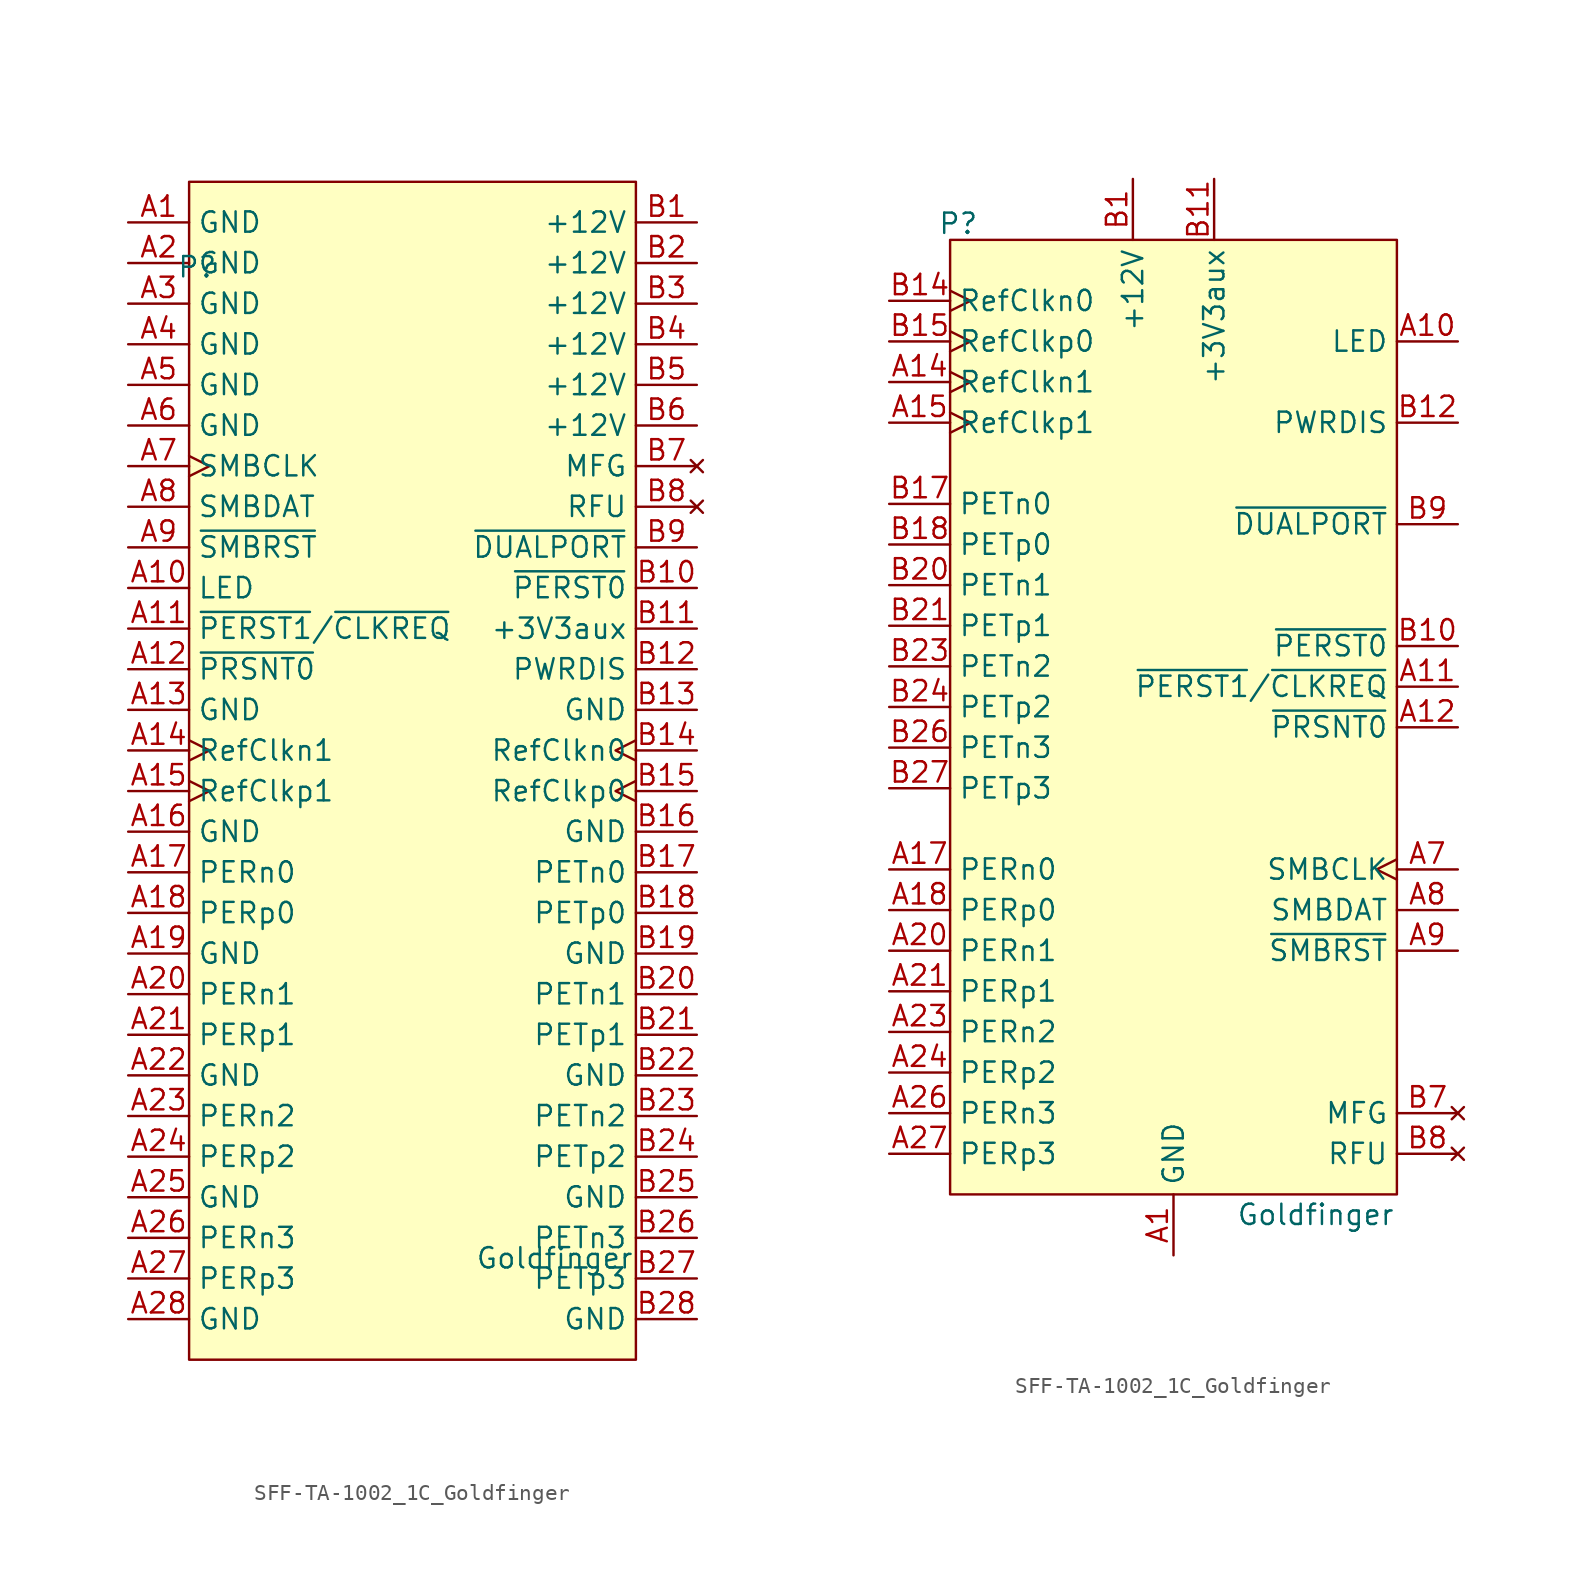
<source format=kicad_sym>
(kicad_symbol_lib
  (version 20231120)
  (generator "kicad_symbol_editor")
  (generator_version "8.0")
  (symbol "SFF-TA-1002_1C_Goldfinger"
    (property "Reference" "P"
      (at -13.462 31.496 0)
      (effects (font (size 1.27 1.27))))
    (property "Value" "Goldfinger"
      (at 8.89 -30.48 0)
      (effects (font (size 1.27 1.27))))
    (symbol "SFF-TA-1002_1C_Goldfinger_1_1"
      (rectangle (start -13.97 36.83) (end 13.97 -36.83) (stroke (width 0) (type default)) (fill (type background)))
      (pin passive line (at -17.78 34.29 0) (length 3.81) (name "GND" (effects (font (size 1.27 1.27)))) (number "A1" (effects (font (size 1.27 1.27)))))
      (pin output line (at -17.78 11.43 0) (length 3.81) (name "LED" (effects (font (size 1.27 1.27)))) (number "A10" (effects (font (size 1.27 1.27)))))
      (pin passive line (at -17.78 8.89 0) (length 3.81) (name "~{PERST1}/~{CLKREQ}" (effects (font (size 1.27 1.27)))) (number "A11" (effects (font (size 1.27 1.27)))) (alternate "~{CLKREQ}" passive line) (alternate "~{PERST1}" passive line))
      (pin passive line (at -17.78 6.35 0) (length 3.81) (name "~{PRSNT0}" (effects (font (size 1.27 1.27)))) (number "A12" (effects (font (size 1.27 1.27)))))
      (pin passive line (at -17.78 3.81 0) (length 3.81) (name "GND" (effects (font (size 1.27 1.27)))) (number "A13" (effects (font (size 1.27 1.27)))))
      (pin output clock (at -17.78 1.27 0) (length 3.81) (name "RefClkn1" (effects (font (size 1.27 1.27)))) (number "A14" (effects (font (size 1.27 1.27)))))
      (pin output clock (at -17.78 -1.27 0) (length 3.81) (name "RefClkp1" (effects (font (size 1.27 1.27)))) (number "A15" (effects (font (size 1.27 1.27)))))
      (pin passive line (at -17.78 -3.81 0) (length 3.81) (name "GND" (effects (font (size 1.27 1.27)))) (number "A16" (effects (font (size 1.27 1.27)))))
      (pin output line (at -17.78 -6.35 0) (length 3.81) (name "PERn0" (effects (font (size 1.27 1.27)))) (number "A17" (effects (font (size 1.27 1.27)))))
      (pin output line (at -17.78 -8.89 0) (length 3.81) (name "PERp0" (effects (font (size 1.27 1.27)))) (number "A18" (effects (font (size 1.27 1.27)))))
      (pin passive line (at -17.78 -11.43 0) (length 3.81) (name "GND" (effects (font (size 1.27 1.27)))) (number "A19" (effects (font (size 1.27 1.27)))))
      (pin passive line (at -17.78 31.75 0) (length 3.81) (name "GND" (effects (font (size 1.27 1.27)))) (number "A2" (effects (font (size 1.27 1.27)))))
      (pin output line (at -17.78 -13.97 0) (length 3.81) (name "PERn1" (effects (font (size 1.27 1.27)))) (number "A20" (effects (font (size 1.27 1.27)))))
      (pin output line (at -17.78 -16.51 0) (length 3.81) (name "PERp1" (effects (font (size 1.27 1.27)))) (number "A21" (effects (font (size 1.27 1.27)))))
      (pin passive line (at -17.78 -19.05 0) (length 3.81) (name "GND" (effects (font (size 1.27 1.27)))) (number "A22" (effects (font (size 1.27 1.27)))))
      (pin output line (at -17.78 -21.59 0) (length 3.81) (name "PERn2" (effects (font (size 1.27 1.27)))) (number "A23" (effects (font (size 1.27 1.27)))))
      (pin output line (at -17.78 -24.13 0) (length 3.81) (name "PERp2" (effects (font (size 1.27 1.27)))) (number "A24" (effects (font (size 1.27 1.27)))))
      (pin passive line (at -17.78 -26.67 0) (length 3.81) (name "GND" (effects (font (size 1.27 1.27)))) (number "A25" (effects (font (size 1.27 1.27)))))
      (pin output line (at -17.78 -29.21 0) (length 3.81) (name "PERn3" (effects (font (size 1.27 1.27)))) (number "A26" (effects (font (size 1.27 1.27)))))
      (pin output line (at -17.78 -31.75 0) (length 3.81) (name "PERp3" (effects (font (size 1.27 1.27)))) (number "A27" (effects (font (size 1.27 1.27)))))
      (pin passive line (at -17.78 -34.29 0) (length 3.81) (name "GND" (effects (font (size 1.27 1.27)))) (number "A28" (effects (font (size 1.27 1.27)))))
      (pin passive line (at -17.78 29.21 0) (length 3.81) (name "GND" (effects (font (size 1.27 1.27)))) (number "A3" (effects (font (size 1.27 1.27)))))
      (pin passive line (at -17.78 26.67 0) (length 3.81) (name "GND" (effects (font (size 1.27 1.27)))) (number "A4" (effects (font (size 1.27 1.27)))))
      (pin passive line (at -17.78 24.13 0) (length 3.81) (name "GND" (effects (font (size 1.27 1.27)))) (number "A5" (effects (font (size 1.27 1.27)))))
      (pin passive line (at -17.78 21.59 0) (length 3.81) (name "GND" (effects (font (size 1.27 1.27)))) (number "A6" (effects (font (size 1.27 1.27)))))
      (pin output clock (at -17.78 19.05 0) (length 3.81) (name "SMBCLK" (effects (font (size 1.27 1.27)))) (number "A7" (effects (font (size 1.27 1.27)))))
      (pin bidirectional line (at -17.78 16.51 0) (length 3.81) (name "SMBDAT" (effects (font (size 1.27 1.27)))) (number "A8" (effects (font (size 1.27 1.27)))))
      (pin output line (at -17.78 13.97 0) (length 3.81) (name "~{SMBRST}" (effects (font (size 1.27 1.27)))) (number "A9" (effects (font (size 1.27 1.27)))))
      (pin power_out line (at 17.78 34.29 180) (length 3.81) (name "+12V" (effects (font (size 1.27 1.27)))) (number "B1" (effects (font (size 1.27 1.27)))))
      (pin output line (at 17.78 11.43 180) (length 3.81) (name "~{PERST0}" (effects (font (size 1.27 1.27)))) (number "B10" (effects (font (size 1.27 1.27)))))
      (pin power_out line (at 17.78 8.89 180) (length 3.81) (name "+3V3aux" (effects (font (size 1.27 1.27)))) (number "B11" (effects (font (size 1.27 1.27)))))
      (pin output line (at 17.78 6.35 180) (length 3.81) (name "PWRDIS" (effects (font (size 1.27 1.27)))) (number "B12" (effects (font (size 1.27 1.27)))))
      (pin passive line (at 17.78 3.81 180) (length 3.81) (name "GND" (effects (font (size 1.27 1.27)))) (number "B13" (effects (font (size 1.27 1.27)))))
      (pin output clock (at 17.78 1.27 180) (length 3.81) (name "RefClkn0" (effects (font (size 1.27 1.27)))) (number "B14" (effects (font (size 1.27 1.27)))))
      (pin output clock (at 17.78 -1.27 180) (length 3.81) (name "RefClkp0" (effects (font (size 1.27 1.27)))) (number "B15" (effects (font (size 1.27 1.27)))))
      (pin passive line (at 17.78 -3.81 180) (length 3.81) (name "GND" (effects (font (size 1.27 1.27)))) (number "B16" (effects (font (size 1.27 1.27)))))
      (pin input line (at 17.78 -6.35 180) (length 3.81) (name "PETn0" (effects (font (size 1.27 1.27)))) (number "B17" (effects (font (size 1.27 1.27)))))
      (pin input line (at 17.78 -8.89 180) (length 3.81) (name "PETp0" (effects (font (size 1.27 1.27)))) (number "B18" (effects (font (size 1.27 1.27)))))
      (pin passive line (at 17.78 -11.43 180) (length 3.81) (name "GND" (effects (font (size 1.27 1.27)))) (number "B19" (effects (font (size 1.27 1.27)))))
      (pin power_out line (at 17.78 31.75 180) (length 3.81) (name "+12V" (effects (font (size 1.27 1.27)))) (number "B2" (effects (font (size 1.27 1.27)))))
      (pin input line (at 17.78 -13.97 180) (length 3.81) (name "PETn1" (effects (font (size 1.27 1.27)))) (number "B20" (effects (font (size 1.27 1.27)))))
      (pin input line (at 17.78 -16.51 180) (length 3.81) (name "PETp1" (effects (font (size 1.27 1.27)))) (number "B21" (effects (font (size 1.27 1.27)))))
      (pin passive line (at 17.78 -19.05 180) (length 3.81) (name "GND" (effects (font (size 1.27 1.27)))) (number "B22" (effects (font (size 1.27 1.27)))))
      (pin input line (at 17.78 -21.59 180) (length 3.81) (name "PETn2" (effects (font (size 1.27 1.27)))) (number "B23" (effects (font (size 1.27 1.27)))))
      (pin input line (at 17.78 -24.13 180) (length 3.81) (name "PETp2" (effects (font (size 1.27 1.27)))) (number "B24" (effects (font (size 1.27 1.27)))))
      (pin passive line (at 17.78 -26.67 180) (length 3.81) (name "GND" (effects (font (size 1.27 1.27)))) (number "B25" (effects (font (size 1.27 1.27)))))
      (pin input line (at 17.78 -29.21 180) (length 3.81) (name "PETn3" (effects (font (size 1.27 1.27)))) (number "B26" (effects (font (size 1.27 1.27)))))
      (pin input line (at 17.78 -31.75 180) (length 3.81) (name "PETp3" (effects (font (size 1.27 1.27)))) (number "B27" (effects (font (size 1.27 1.27)))))
      (pin passive line (at 17.78 -34.29 180) (length 3.81) (name "GND" (effects (font (size 1.27 1.27)))) (number "B28" (effects (font (size 1.27 1.27)))))
      (pin power_out line (at 17.78 29.21 180) (length 3.81) (name "+12V" (effects (font (size 1.27 1.27)))) (number "B3" (effects (font (size 1.27 1.27)))))
      (pin power_out line (at 17.78 26.67 180) (length 3.81) (name "+12V" (effects (font (size 1.27 1.27)))) (number "B4" (effects (font (size 1.27 1.27)))))
      (pin power_out line (at 17.78 24.13 180) (length 3.81) (name "+12V" (effects (font (size 1.27 1.27)))) (number "B5" (effects (font (size 1.27 1.27)))))
      (pin power_out line (at 17.78 21.59 180) (length 3.81) (name "+12V" (effects (font (size 1.27 1.27)))) (number "B6" (effects (font (size 1.27 1.27)))))
      (pin no_connect line (at 17.78 19.05 180) (length 3.81) (name "MFG" (effects (font (size 1.27 1.27)))) (number "B7" (effects (font (size 1.27 1.27)))))
      (pin no_connect line (at 17.78 16.51 180) (length 3.81) (name "RFU" (effects (font (size 1.27 1.27)))) (number "B8" (effects (font (size 1.27 1.27)))))
      (pin output line (at 17.78 13.97 180) (length 3.81) (name "~{DUALPORT}" (effects (font (size 1.27 1.27)))) (number "B9" (effects (font (size 1.27 1.27))))))
    (symbol "SFF-TA-1002_1C_Goldfinger_1_2"
      (rectangle (start -13.97 30.48) (end 13.97 -29.21) (stroke (width 0) (type default)) (fill (type background)))
      (pin passive line (at 0 -33.02 90) (length 3.81) (name "GND" (effects (font (size 1.27 1.27)))) (number "A1" (effects (font (size 1.27 1.27)))))
      (pin output line (at 17.78 24.13 180) (length 3.81) (name "LED" (effects (font (size 1.27 1.27)))) (number "A10" (effects (font (size 1.27 1.27)))))
      (pin passive line (at 17.78 2.54 180) (length 3.81) (name "~{PERST1}/~{CLKREQ}" (effects (font (size 1.27 1.27)))) (number "A11" (effects (font (size 1.27 1.27)))) (alternate "~{CLKREQ}" passive line) (alternate "~{PERST1}" passive line))
      (pin passive line (at 17.78 0 180) (length 3.81) (name "~{PRSNT0}" (effects (font (size 1.27 1.27)))) (number "A12" (effects (font (size 1.27 1.27)))))
      (pin passive line (at 0 -33.02 90) (length 3.81) hide (name "GND" (effects (font (size 1.27 1.27)))) (number "A13" (effects (font (size 1.27 1.27)))))
      (pin output clock (at -17.78 21.59 0) (length 3.81) (name "RefClkn1" (effects (font (size 1.27 1.27)))) (number "A14" (effects (font (size 1.27 1.27)))))
      (pin output clock (at -17.78 19.05 0) (length 3.81) (name "RefClkp1" (effects (font (size 1.27 1.27)))) (number "A15" (effects (font (size 1.27 1.27)))))
      (pin passive line (at 0 -33.02 90) (length 3.81) hide (name "GND" (effects (font (size 1.27 1.27)))) (number "A16" (effects (font (size 1.27 1.27)))))
      (pin output line (at -17.78 -8.89 0) (length 3.81) (name "PERn0" (effects (font (size 1.27 1.27)))) (number "A17" (effects (font (size 1.27 1.27)))))
      (pin output line (at -17.78 -11.43 0) (length 3.81) (name "PERp0" (effects (font (size 1.27 1.27)))) (number "A18" (effects (font (size 1.27 1.27)))))
      (pin passive line (at 0 -33.02 90) (length 3.81) hide (name "GND" (effects (font (size 1.27 1.27)))) (number "A19" (effects (font (size 1.27 1.27)))))
      (pin passive line (at 0 -33.02 90) (length 3.81) hide (name "GND" (effects (font (size 1.27 1.27)))) (number "A2" (effects (font (size 1.27 1.27)))))
      (pin output line (at -17.78 -13.97 0) (length 3.81) (name "PERn1" (effects (font (size 1.27 1.27)))) (number "A20" (effects (font (size 1.27 1.27)))))
      (pin output line (at -17.78 -16.51 0) (length 3.81) (name "PERp1" (effects (font (size 1.27 1.27)))) (number "A21" (effects (font (size 1.27 1.27)))))
      (pin passive line (at 0 -33.02 90) (length 3.81) hide (name "GND" (effects (font (size 1.27 1.27)))) (number "A22" (effects (font (size 1.27 1.27)))))
      (pin output line (at -17.78 -19.05 0) (length 3.81) (name "PERn2" (effects (font (size 1.27 1.27)))) (number "A23" (effects (font (size 1.27 1.27)))))
      (pin output line (at -17.78 -21.59 0) (length 3.81) (name "PERp2" (effects (font (size 1.27 1.27)))) (number "A24" (effects (font (size 1.27 1.27)))))
      (pin passive line (at 0 -33.02 90) (length 3.81) hide (name "GND" (effects (font (size 1.27 1.27)))) (number "A25" (effects (font (size 1.27 1.27)))))
      (pin output line (at -17.78 -24.13 0) (length 3.81) (name "PERn3" (effects (font (size 1.27 1.27)))) (number "A26" (effects (font (size 1.27 1.27)))))
      (pin output line (at -17.78 -26.67 0) (length 3.81) (name "PERp3" (effects (font (size 1.27 1.27)))) (number "A27" (effects (font (size 1.27 1.27)))))
      (pin passive line (at 0 -33.02 90) (length 3.81) hide (name "GND" (effects (font (size 1.27 1.27)))) (number "A28" (effects (font (size 1.27 1.27)))))
      (pin passive line (at 0 -33.02 90) (length 3.81) hide (name "GND" (effects (font (size 1.27 1.27)))) (number "A3" (effects (font (size 1.27 1.27)))))
      (pin passive line (at 0 -33.02 90) (length 3.81) hide (name "GND" (effects (font (size 1.27 1.27)))) (number "A4" (effects (font (size 1.27 1.27)))))
      (pin passive line (at 0 -33.02 90) (length 3.81) hide (name "GND" (effects (font (size 1.27 1.27)))) (number "A5" (effects (font (size 1.27 1.27)))))
      (pin passive line (at 0 -33.02 90) (length 3.81) hide (name "GND" (effects (font (size 1.27 1.27)))) (number "A6" (effects (font (size 1.27 1.27)))))
      (pin output clock (at 17.78 -8.89 180) (length 3.81) (name "SMBCLK" (effects (font (size 1.27 1.27)))) (number "A7" (effects (font (size 1.27 1.27)))))
      (pin bidirectional line (at 17.78 -11.43 180) (length 3.81) (name "SMBDAT" (effects (font (size 1.27 1.27)))) (number "A8" (effects (font (size 1.27 1.27)))))
      (pin output line (at 17.78 -13.97 180) (length 3.81) (name "~{SMBRST}" (effects (font (size 1.27 1.27)))) (number "A9" (effects (font (size 1.27 1.27)))))
      (pin power_out line (at -2.54 34.29 270) (length 3.81) (name "+12V" (effects (font (size 1.27 1.27)))) (number "B1" (effects (font (size 1.27 1.27)))))
      (pin output line (at 17.78 5.08 180) (length 3.81) (name "~{PERST0}" (effects (font (size 1.27 1.27)))) (number "B10" (effects (font (size 1.27 1.27)))))
      (pin power_out line (at 2.54 34.29 270) (length 3.81) (name "+3V3aux" (effects (font (size 1.27 1.27)))) (number "B11" (effects (font (size 1.27 1.27)))))
      (pin output line (at 17.78 19.05 180) (length 3.81) (name "PWRDIS" (effects (font (size 1.27 1.27)))) (number "B12" (effects (font (size 1.27 1.27)))))
      (pin passive line (at 0 -33.02 90) (length 3.81) hide (name "GND" (effects (font (size 1.27 1.27)))) (number "B13" (effects (font (size 1.27 1.27)))))
      (pin output clock (at -17.78 26.67 0) (length 3.81) (name "RefClkn0" (effects (font (size 1.27 1.27)))) (number "B14" (effects (font (size 1.27 1.27)))))
      (pin output clock (at -17.78 24.13 0) (length 3.81) (name "RefClkp0" (effects (font (size 1.27 1.27)))) (number "B15" (effects (font (size 1.27 1.27)))))
      (pin passive line (at 0 -33.02 90) (length 3.81) hide (name "GND" (effects (font (size 1.27 1.27)))) (number "B16" (effects (font (size 1.27 1.27)))))
      (pin input line (at -17.78 13.97 0) (length 3.81) (name "PETn0" (effects (font (size 1.27 1.27)))) (number "B17" (effects (font (size 1.27 1.27)))))
      (pin input line (at -17.78 11.43 0) (length 3.81) (name "PETp0" (effects (font (size 1.27 1.27)))) (number "B18" (effects (font (size 1.27 1.27)))))
      (pin passive line (at 0 -33.02 90) (length 3.81) hide (name "GND" (effects (font (size 1.27 1.27)))) (number "B19" (effects (font (size 1.27 1.27)))))
      (pin power_out line (at -2.54 34.29 270) (length 3.81) hide (name "+12V" (effects (font (size 1.27 1.27)))) (number "B2" (effects (font (size 1.27 1.27)))))
      (pin input line (at -17.78 8.89 0) (length 3.81) (name "PETn1" (effects (font (size 1.27 1.27)))) (number "B20" (effects (font (size 1.27 1.27)))))
      (pin input line (at -17.78 6.35 0) (length 3.81) (name "PETp1" (effects (font (size 1.27 1.27)))) (number "B21" (effects (font (size 1.27 1.27)))))
      (pin passive line (at 0 -33.02 90) (length 3.81) hide (name "GND" (effects (font (size 1.27 1.27)))) (number "B22" (effects (font (size 1.27 1.27)))))
      (pin input line (at -17.78 3.81 0) (length 3.81) (name "PETn2" (effects (font (size 1.27 1.27)))) (number "B23" (effects (font (size 1.27 1.27)))))
      (pin input line (at -17.78 1.27 0) (length 3.81) (name "PETp2" (effects (font (size 1.27 1.27)))) (number "B24" (effects (font (size 1.27 1.27)))))
      (pin passive line (at 0 -33.02 90) (length 3.81) hide (name "GND" (effects (font (size 1.27 1.27)))) (number "B25" (effects (font (size 1.27 1.27)))))
      (pin input line (at -17.78 -1.27 0) (length 3.81) (name "PETn3" (effects (font (size 1.27 1.27)))) (number "B26" (effects (font (size 1.27 1.27)))))
      (pin input line (at -17.78 -3.81 0) (length 3.81) (name "PETp3" (effects (font (size 1.27 1.27)))) (number "B27" (effects (font (size 1.27 1.27)))))
      (pin passive line (at 0 -33.02 90) (length 3.81) hide (name "GND" (effects (font (size 1.27 1.27)))) (number "B28" (effects (font (size 1.27 1.27)))))
      (pin power_out line (at -2.54 34.29 270) (length 3.81) hide (name "+12V" (effects (font (size 1.27 1.27)))) (number "B3" (effects (font (size 1.27 1.27)))))
      (pin power_out line (at -2.54 34.29 270) (length 3.81) hide (name "+12V" (effects (font (size 1.27 1.27)))) (number "B4" (effects (font (size 1.27 1.27)))))
      (pin power_out line (at -2.54 34.29 270) (length 3.81) hide (name "+12V" (effects (font (size 1.27 1.27)))) (number "B5" (effects (font (size 1.27 1.27)))))
      (pin power_out line (at -2.54 34.29 270) (length 3.81) hide (name "+12V" (effects (font (size 1.27 1.27)))) (number "B6" (effects (font (size 1.27 1.27)))))
      (pin no_connect line (at 17.78 -24.13 180) (length 3.81) (name "MFG" (effects (font (size 1.27 1.27)))) (number "B7" (effects (font (size 1.27 1.27)))))
      (pin no_connect line (at 17.78 -26.67 180) (length 3.81) (name "RFU" (effects (font (size 1.27 1.27)))) (number "B8" (effects (font (size 1.27 1.27)))))
      (pin output line (at 17.78 12.7 180) (length 3.81) (name "~{DUALPORT}" (effects (font (size 1.27 1.27)))) (number "B9" (effects (font (size 1.27 1.27))))))))
</source>
